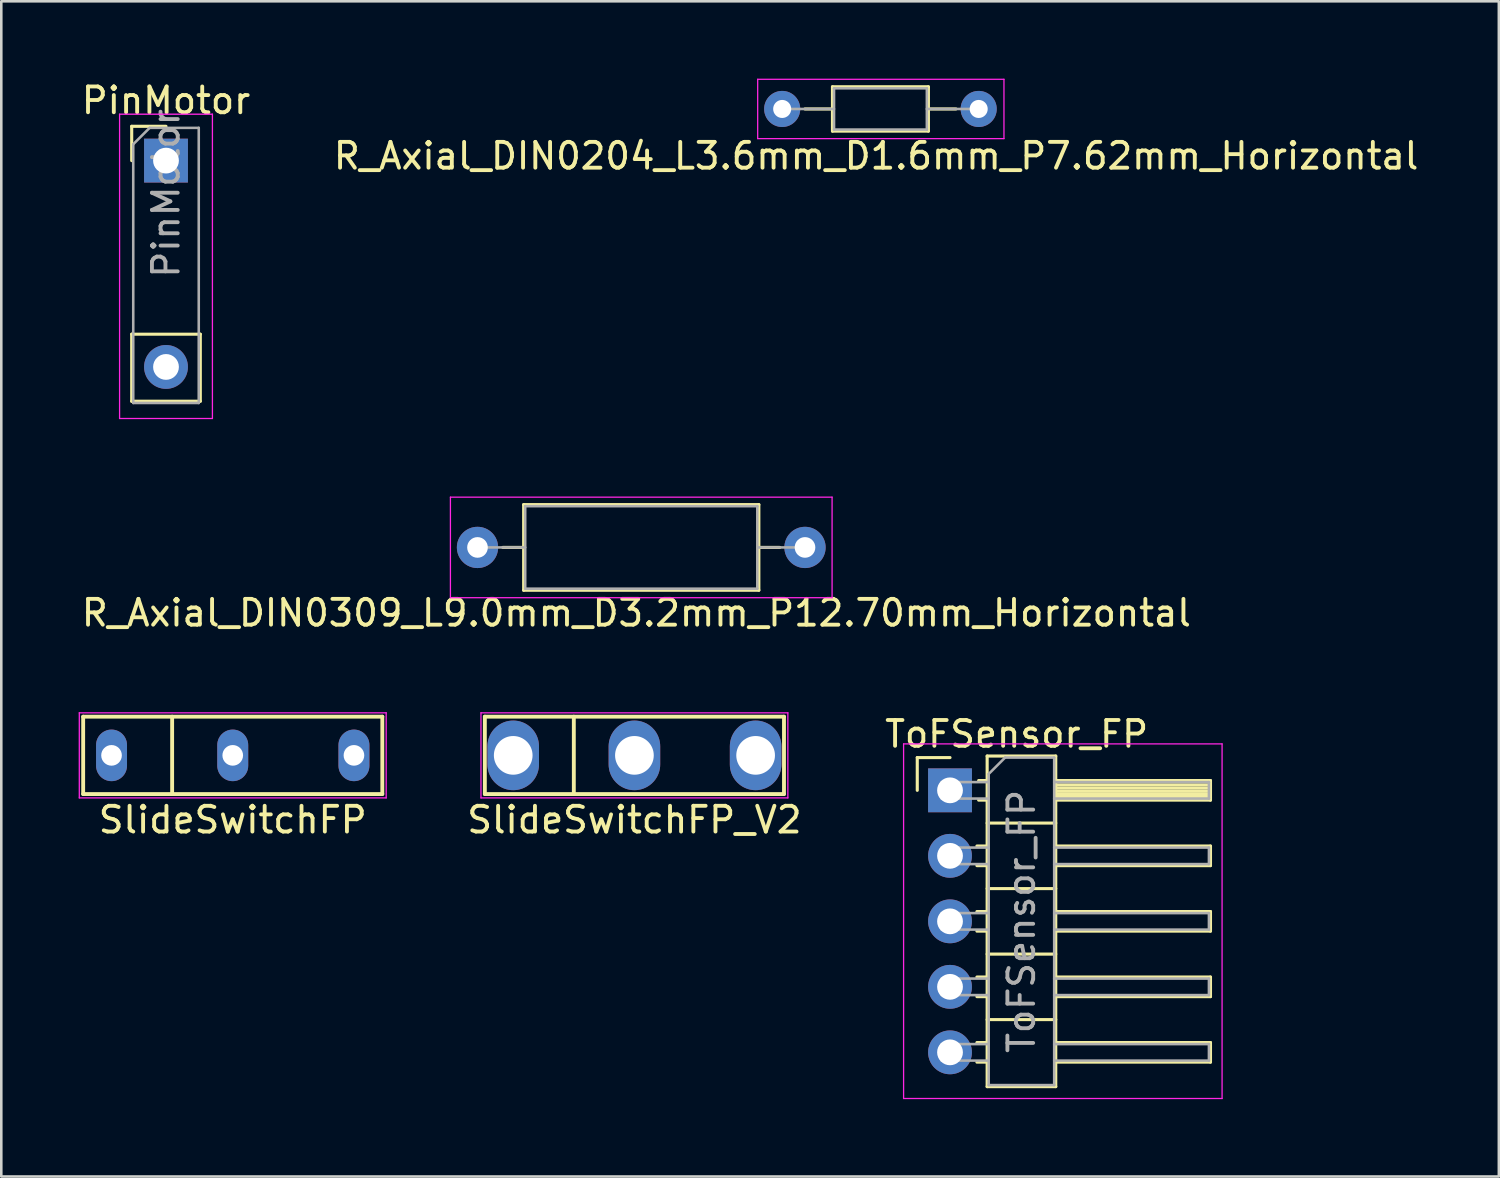
<source format=kicad_pcb>
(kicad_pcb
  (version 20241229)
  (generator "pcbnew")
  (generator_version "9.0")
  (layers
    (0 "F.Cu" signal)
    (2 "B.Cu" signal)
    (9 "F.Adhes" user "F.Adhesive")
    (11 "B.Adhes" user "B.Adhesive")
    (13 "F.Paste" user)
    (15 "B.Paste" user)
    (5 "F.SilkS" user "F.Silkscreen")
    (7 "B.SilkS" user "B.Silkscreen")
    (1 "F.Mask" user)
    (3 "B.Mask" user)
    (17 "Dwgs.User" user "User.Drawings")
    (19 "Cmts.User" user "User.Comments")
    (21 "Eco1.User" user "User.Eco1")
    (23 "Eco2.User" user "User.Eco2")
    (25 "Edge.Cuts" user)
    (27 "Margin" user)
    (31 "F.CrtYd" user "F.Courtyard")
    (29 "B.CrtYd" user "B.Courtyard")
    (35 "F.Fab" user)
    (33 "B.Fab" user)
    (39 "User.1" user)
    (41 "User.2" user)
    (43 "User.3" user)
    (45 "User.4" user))
  (footprint "SlideSwitchFP_V2"
    (layer "F.Cu")
    (at 21.551 26.241)
    (property "Reference" "SlideSwitchFP_V2" (at 0 2.5 0) (layer "F.SilkS") (effects (font (size 1 1) (thickness 0.15))))
    (attr through_hole)
    (fp_line (start -5.8 -1.5) (end 5.8 -1.5) (stroke (width 0.15) (type solid)) (layer "F.SilkS"))
    (fp_line (start -5.8 1.5) (end -5.8 -1.5) (stroke (width 0.15) (type solid)) (layer "F.SilkS"))
    (fp_line (start -2.35 -1.5) (end -2.35 1.5) (stroke (width 0.15) (type solid)) (layer "F.SilkS"))
    (fp_line (start 5.8 -1.5) (end 5.8 1.5) (stroke (width 0.15) (type solid)) (layer "F.SilkS"))
    (fp_line (start 5.8 1.5) (end -5.8 1.5) (stroke (width 0.15) (type solid)) (layer "F.SilkS"))
    (fp_line (start -5.95 -1.65) (end 5.95 -1.65) (stroke (width 0.05) (type solid)) (layer "F.CrtYd"))
    (fp_line (start -5.95 1.65) (end -5.95 -1.65) (stroke (width 0.05) (type solid)) (layer "F.CrtYd"))
    (fp_line (start 5.95 -1.65) (end 5.95 1.65) (stroke (width 0.05) (type solid)) (layer "F.CrtYd"))
    (fp_line (start 5.95 1.65) (end -5.95 1.65) (stroke (width 0.05) (type solid)) (layer "F.CrtYd"))
    (pad "1" thru_hole oval (at -4.7 0) (size 2 2.7) (drill 1.5) (layers "*.Cu" "*.Mask"))
    (pad "2" thru_hole oval (at 0 0) (size 2 2.7) (drill 1.5) (layers "*.Cu" "*.Mask"))
    (pad "3" thru_hole oval (at 4.7 0) (size 2 2.7) (drill 1.5) (layers "*.Cu" "*.Mask")))
  (footprint "ToFSensor_FP"
    (layer "F.Cu")
    (at 33.789 27.597)
    (property "Reference" "ToFSensor_FP" (at 2.584 -2.182 0) (layer "F.SilkS") (effects (font (size 1 1) (thickness 0.15))))
    (attr through_hole)
    (fp_line (start -1.27 -1.27) (end 0 -1.27) (stroke (width 0.12) (type solid)) (layer "F.SilkS"))
    (fp_line (start -1.27 0) (end -1.27 -1.27) (stroke (width 0.12) (type solid)) (layer "F.SilkS"))
    (fp_line (start 1.043 2.16) (end 1.44 2.16) (stroke (width 0.12) (type solid)) (layer "F.SilkS"))
    (fp_line (start 1.043 2.92) (end 1.44 2.92) (stroke (width 0.12) (type solid)) (layer "F.SilkS"))
    (fp_line (start 1.043 4.7) (end 1.44 4.7) (stroke (width 0.12) (type solid)) (layer "F.SilkS"))
    (fp_line (start 1.043 5.46) (end 1.44 5.46) (stroke (width 0.12) (type solid)) (layer "F.SilkS"))
    (fp_line (start 1.043 7.24) (end 1.44 7.24) (stroke (width 0.12) (type solid)) (layer "F.SilkS"))
    (fp_line (start 1.043 8) (end 1.44 8) (stroke (width 0.12) (type solid)) (layer "F.SilkS"))
    (fp_line (start 1.043 9.78) (end 1.44 9.78) (stroke (width 0.12) (type solid)) (layer "F.SilkS"))
    (fp_line (start 1.043 10.54) (end 1.44 10.54) (stroke (width 0.12) (type solid)) (layer "F.SilkS"))
    (fp_line (start 1.11 -0.38) (end 1.44 -0.38) (stroke (width 0.12) (type solid)) (layer "F.SilkS"))
    (fp_line (start 1.11 0.38) (end 1.44 0.38) (stroke (width 0.12) (type solid)) (layer "F.SilkS"))
    (fp_line (start 1.44 -1.33) (end 1.44 11.49) (stroke (width 0.12) (type solid)) (layer "F.SilkS"))
    (fp_line (start 1.44 1.27) (end 4.1 1.27) (stroke (width 0.12) (type solid)) (layer "F.SilkS"))
    (fp_line (start 1.44 3.81) (end 4.1 3.81) (stroke (width 0.12) (type solid)) (layer "F.SilkS"))
    (fp_line (start 1.44 8.89) (end 4.1 8.89) (stroke (width 0.12) (type solid)) (layer "F.SilkS"))
    (fp_line (start 1.44 11.49) (end 4.1 11.49) (stroke (width 0.12) (type solid)) (layer "F.SilkS"))
    (fp_line (start 1.44 6.35) (end 4.1 6.35) (stroke (width 0.12) (type solid)) (layer "F.SilkS"))
    (fp_line (start 4.1 -1.33) (end 1.44 -1.33) (stroke (width 0.12) (type solid)) (layer "F.SilkS"))
    (fp_line (start 4.1 -0.38) (end 10.1 -0.38) (stroke (width 0.12) (type solid)) (layer "F.SilkS"))
    (fp_line (start 4.1 -0.32) (end 10.1 -0.32) (stroke (width 0.12) (type solid)) (layer "F.SilkS"))
    (fp_line (start 4.1 -0.2) (end 10.1 -0.2) (stroke (width 0.12) (type solid)) (layer "F.SilkS"))
    (fp_line (start 4.1 -0.08) (end 10.1 -0.08) (stroke (width 0.12) (type solid)) (layer "F.SilkS"))
    (fp_line (start 4.1 0.04) (end 10.1 0.04) (stroke (width 0.12) (type solid)) (layer "F.SilkS"))
    (fp_line (start 4.1 0.16) (end 10.1 0.16) (stroke (width 0.12) (type solid)) (layer "F.SilkS"))
    (fp_line (start 4.1 0.28) (end 10.1 0.28) (stroke (width 0.12) (type solid)) (layer "F.SilkS"))
    (fp_line (start 4.1 2.16) (end 10.1 2.16) (stroke (width 0.12) (type solid)) (layer "F.SilkS"))
    (fp_line (start 4.1 4.7) (end 10.1 4.7) (stroke (width 0.12) (type solid)) (layer "F.SilkS"))
    (fp_line (start 4.1 7.24) (end 10.1 7.24) (stroke (width 0.12) (type solid)) (layer "F.SilkS"))
    (fp_line (start 4.1 9.78) (end 10.1 9.78) (stroke (width 0.12) (type solid)) (layer "F.SilkS"))
    (fp_line (start 4.1 11.49) (end 4.1 -1.33) (stroke (width 0.12) (type solid)) (layer "F.SilkS"))
    (fp_line (start 10.1 0.38) (end 4.1 0.38) (stroke (width 0.12) (type solid)) (layer "F.SilkS"))
    (fp_line (start 10.1 2.16) (end 10.1 2.92) (stroke (width 0.12) (type solid)) (layer "F.SilkS"))
    (fp_line (start 10.1 2.92) (end 4.1 2.92) (stroke (width 0.12) (type solid)) (layer "F.SilkS"))
    (fp_line (start 10.1 5.46) (end 4.1 5.46) (stroke (width 0.12) (type solid)) (layer "F.SilkS"))
    (fp_line (start 10.1 7.24) (end 10.1 8) (stroke (width 0.12) (type solid)) (layer "F.SilkS"))
    (fp_line (start 10.1 8) (end 4.1 8) (stroke (width 0.12) (type solid)) (layer "F.SilkS"))
    (fp_line (start 10.1 10.54) (end 4.1 10.54) (stroke (width 0.12) (type solid)) (layer "F.SilkS"))
    (fp_line (start 10.1 -0.38) (end 10.1 0.38) (stroke (width 0.12) (type solid)) (layer "F.SilkS"))
    (fp_line (start 10.1 4.7) (end 10.1 5.46) (stroke (width 0.12) (type solid)) (layer "F.SilkS"))
    (fp_line (start 10.1 9.78) (end 10.1 10.54) (stroke (width 0.12) (type solid)) (layer "F.SilkS"))
    (fp_line (start -1.8 -1.8) (end -1.8 11.95) (stroke (width 0.05) (type solid)) (layer "F.CrtYd"))
    (fp_line (start -1.8 11.95) (end 10.55 11.95) (stroke (width 0.05) (type solid)) (layer "F.CrtYd"))
    (fp_line (start 10.55 -1.8) (end -1.8 -1.8) (stroke (width 0.05) (type solid)) (layer "F.CrtYd"))
    (fp_line (start 10.55 11.95) (end 10.55 -1.8) (stroke (width 0.05) (type solid)) (layer "F.CrtYd"))
    (fp_line (start -0.32 -0.32) (end -0.32 0.32) (stroke (width 0.1) (type solid)) (layer "F.Fab"))
    (fp_line (start -0.32 -0.32) (end 1.5 -0.32) (stroke (width 0.1) (type solid)) (layer "F.Fab"))
    (fp_line (start -0.32 0.32) (end 1.5 0.32) (stroke (width 0.1) (type solid)) (layer "F.Fab"))
    (fp_line (start -0.32 2.22) (end -0.32 2.86) (stroke (width 0.1) (type solid)) (layer "F.Fab"))
    (fp_line (start -0.32 2.22) (end 1.5 2.22) (stroke (width 0.1) (type solid)) (layer "F.Fab"))
    (fp_line (start -0.32 2.86) (end 1.5 2.86) (stroke (width 0.1) (type solid)) (layer "F.Fab"))
    (fp_line (start -0.32 4.76) (end -0.32 5.4) (stroke (width 0.1) (type solid)) (layer "F.Fab"))
    (fp_line (start -0.32 4.76) (end 1.5 4.76) (stroke (width 0.1) (type solid)) (layer "F.Fab"))
    (fp_line (start -0.32 5.4) (end 1.5 5.4) (stroke (width 0.1) (type solid)) (layer "F.Fab"))
    (fp_line (start -0.32 7.3) (end -0.32 7.94) (stroke (width 0.1) (type solid)) (layer "F.Fab"))
    (fp_line (start -0.32 7.3) (end 1.5 7.3) (stroke (width 0.1) (type solid)) (layer "F.Fab"))
    (fp_line (start -0.32 7.94) (end 1.5 7.94) (stroke (width 0.1) (type solid)) (layer "F.Fab"))
    (fp_line (start -0.32 9.84) (end -0.32 10.48) (stroke (width 0.1) (type solid)) (layer "F.Fab"))
    (fp_line (start -0.32 9.84) (end 1.5 9.84) (stroke (width 0.1) (type solid)) (layer "F.Fab"))
    (fp_line (start -0.32 10.48) (end 1.5 10.48) (stroke (width 0.1) (type solid)) (layer "F.Fab"))
    (fp_line (start 1.5 -0.635) (end 2.135 -1.27) (stroke (width 0.1) (type solid)) (layer "F.Fab"))
    (fp_line (start 1.5 11.43) (end 1.5 -0.635) (stroke (width 0.1) (type solid)) (layer "F.Fab"))
    (fp_line (start 2.135 -1.27) (end 4.04 -1.27) (stroke (width 0.1) (type solid)) (layer "F.Fab"))
    (fp_line (start 4.04 -1.27) (end 4.04 11.43) (stroke (width 0.1) (type solid)) (layer "F.Fab"))
    (fp_line (start 4.04 -0.32) (end 10.04 -0.32) (stroke (width 0.1) (type solid)) (layer "F.Fab"))
    (fp_line (start 4.04 0.32) (end 10.04 0.32) (stroke (width 0.1) (type solid)) (layer "F.Fab"))
    (fp_line (start 4.04 2.86) (end 10.04 2.86) (stroke (width 0.1) (type solid)) (layer "F.Fab"))
    (fp_line (start 4.04 4.76) (end 10.04 4.76) (stroke (width 0.1) (type solid)) (layer "F.Fab"))
    (fp_line (start 4.04 5.4) (end 10.04 5.4) (stroke (width 0.1) (type solid)) (layer "F.Fab"))
    (fp_line (start 4.04 7.94) (end 10.04 7.94) (stroke (width 0.1) (type solid)) (layer "F.Fab"))
    (fp_line (start 4.04 9.84) (end 10.04 9.84) (stroke (width 0.1) (type solid)) (layer "F.Fab"))
    (fp_line (start 4.04 10.48) (end 10.04 10.48) (stroke (width 0.1) (type solid)) (layer "F.Fab"))
    (fp_line (start 4.04 2.22) (end 10.04 2.22) (stroke (width 0.1) (type solid)) (layer "F.Fab"))
    (fp_line (start 4.04 7.3) (end 10.04 7.3) (stroke (width 0.1) (type solid)) (layer "F.Fab"))
    (fp_line (start 4.04 11.43) (end 1.5 11.43) (stroke (width 0.1) (type solid)) (layer "F.Fab"))
    (fp_line (start 10.04 -0.32) (end 10.04 0.32) (stroke (width 0.1) (type solid)) (layer "F.Fab"))
    (fp_line (start 10.04 2.22) (end 10.04 2.86) (stroke (width 0.1) (type solid)) (layer "F.Fab"))
    (fp_line (start 10.04 4.76) (end 10.04 5.4) (stroke (width 0.1) (type solid)) (layer "F.Fab"))
    (fp_line (start 10.04 7.3) (end 10.04 7.94) (stroke (width 0.1) (type solid)) (layer "F.Fab"))
    (fp_line (start 10.04 9.84) (end 10.04 10.48) (stroke (width 0.1) (type solid)) (layer "F.Fab"))
    (fp_text user "${REFERENCE}" (at 2.77 5.08 90) (layer "F.Fab") (effects (font (size 1 1) (thickness 0.15))))
    (pad "1" thru_hole rect (at 0 0) (size 1.7 1.7) (drill 1) (layers "*.Cu" "*.Mask"))
    (pad "2" thru_hole oval (at 0 2.54) (size 1.7 1.7) (drill 1) (layers "*.Cu" "*.Mask"))
    (pad "3" thru_hole oval (at 0 5.08) (size 1.7 1.7) (drill 1) (layers "*.Cu" "*.Mask"))
    (pad "4" thru_hole oval (at 0 7.62) (size 1.7 1.7) (drill 1) (layers "*.Cu" "*.Mask"))
    (pad "5" thru_hole oval (at 0 10.16) (size 1.7 1.7) (drill 1) (layers "*.Cu" "*.Mask")))
  (footprint "R_Axial_DIN0204_L3.6mm_D1.6mm_P7.62mm_Horizontal"
    (layer "F.Cu")
    (at 27.281 1.175)
    (property "Reference" "R_Axial_DIN0204_L3.6mm_D1.6mm_P7.62mm_Horizontal" (at 3.642 1.822 180) (layer "F.SilkS") (effects (font (size 1 1) (thickness 0.15))))
    (attr through_hole)
    (fp_line (start 0.88 0) (end 1.95 0) (stroke (width 0.12) (type solid)) (layer "F.SilkS"))
    (fp_line (start 1.95 -0.86) (end 1.95 0.86) (stroke (width 0.12) (type solid)) (layer "F.SilkS"))
    (fp_line (start 1.95 0.86) (end 5.67 0.86) (stroke (width 0.12) (type solid)) (layer "F.SilkS"))
    (fp_line (start 5.67 -0.86) (end 1.95 -0.86) (stroke (width 0.12) (type solid)) (layer "F.SilkS"))
    (fp_line (start 5.67 0.86) (end 5.67 -0.86) (stroke (width 0.12) (type solid)) (layer "F.SilkS"))
    (fp_line (start 6.74 0) (end 5.67 0) (stroke (width 0.12) (type solid)) (layer "F.SilkS"))
    (fp_line (start -0.95 -1.15) (end -0.95 1.15) (stroke (width 0.05) (type solid)) (layer "F.CrtYd"))
    (fp_line (start -0.95 1.15) (end 8.6 1.15) (stroke (width 0.05) (type solid)) (layer "F.CrtYd"))
    (fp_line (start 8.6 -1.15) (end -0.95 -1.15) (stroke (width 0.05) (type solid)) (layer "F.CrtYd"))
    (fp_line (start 8.6 1.15) (end 8.6 -1.15) (stroke (width 0.05) (type solid)) (layer "F.CrtYd"))
    (fp_line (start 0 0) (end 2.01 0) (stroke (width 0.1) (type solid)) (layer "F.Fab"))
    (fp_line (start 2.01 -0.8) (end 2.01 0.8) (stroke (width 0.1) (type solid)) (layer "F.Fab"))
    (fp_line (start 2.01 0.8) (end 5.61 0.8) (stroke (width 0.1) (type solid)) (layer "F.Fab"))
    (fp_line (start 5.61 0.8) (end 5.61 -0.8) (stroke (width 0.1) (type solid)) (layer "F.Fab"))
    (fp_line (start 5.61 -0.8) (end 2.01 -0.8) (stroke (width 0.1) (type solid)) (layer "F.Fab"))
    (fp_line (start 7.62 0) (end 5.61 0) (stroke (width 0.1) (type solid)) (layer "F.Fab"))
    (pad "1" thru_hole circle (at 0 0) (size 1.4 1.4) (drill 0.7) (layers "*.Cu" "*.Mask"))
    (pad "2" thru_hole oval (at 7.62 0) (size 1.4 1.4) (drill 0.7) (layers "*.Cu" "*.Mask")))
  (footprint "PinMotor"
    (layer "F.Cu")
    (at 3.387 3.178)
    (property "Reference" "PinMotor" (at 0 -2.33 0) (layer "F.SilkS") (effects (font (size 1 1) (thickness 0.15))))
    (attr through_hole)
    (fp_line (start -1.33 -1.33) (end 0 -1.33) (stroke (width 0.12) (type solid)) (layer "F.SilkS"))
    (fp_line (start -1.33 0) (end -1.33 -1.33) (stroke (width 0.12) (type solid)) (layer "F.SilkS"))
    (fp_line (start -1.33 6.731) (end -1.33 9.331) (stroke (width 0.12) (type solid)) (layer "F.SilkS"))
    (fp_line (start -1.33 6.731) (end 1.33 6.731) (stroke (width 0.12) (type solid)) (layer "F.SilkS"))
    (fp_line (start -1.33 9.331) (end 1.33 9.331) (stroke (width 0.12) (type solid)) (layer "F.SilkS"))
    (fp_line (start 1.33 6.731) (end 1.33 9.331) (stroke (width 0.12) (type solid)) (layer "F.SilkS"))
    (fp_line (start -1.8 -1.8) (end -1.8 10) (stroke (width 0.05) (type solid)) (layer "F.CrtYd"))
    (fp_line (start -1.8 10) (end 1.8 10) (stroke (width 0.05) (type solid)) (layer "F.CrtYd"))
    (fp_line (start 1.8 -1.8) (end -1.8 -1.8) (stroke (width 0.05) (type solid)) (layer "F.CrtYd"))
    (fp_line (start 1.8 10) (end 1.8 -1.8) (stroke (width 0.05) (type solid)) (layer "F.CrtYd"))
    (fp_line (start -1.27 -0.635) (end -0.635 -1.27) (stroke (width 0.1) (type solid)) (layer "F.Fab"))
    (fp_line (start -1.27 9.398) (end -1.27 -0.635) (stroke (width 0.1) (type solid)) (layer "F.Fab"))
    (fp_line (start -0.635 -1.27) (end 1.27 -1.27) (stroke (width 0.1) (type solid)) (layer "F.Fab"))
    (fp_line (start 1.27 -1.27) (end 1.27 9.398) (stroke (width 0.1) (type solid)) (layer "F.Fab"))
    (fp_line (start 1.27 9.398) (end -1.27 9.398) (stroke (width 0.1) (type solid)) (layer "F.Fab"))
    (fp_text user "${REFERENCE}" (at 0 1.27 90) (layer "F.Fab") (effects (font (size 1 1) (thickness 0.15))))
    (pad "1" thru_hole rect (at 0 0) (size 1.7 1.7) (drill 1) (layers "*.Cu" "*.Mask"))
    (pad "2" thru_hole oval (at 0 8.001) (size 1.7 1.7) (drill 1) (layers "*.Cu" "*.Mask")))
  (footprint "R_Axial_DIN0309_L9.0mm_D3.2mm_P12.70mm_Horizontal"
    (layer "F.Cu")
    (at 15.466 18.178)
    (property "Reference" "R_Axial_DIN0309_L9.0mm_D3.2mm_P12.70mm_Horizontal" (at 6.16 2.54 0) (layer "F.SilkS") (effects (font (size 1 1) (thickness 0.15))))
    (attr through_hole)
    (fp_line (start 0.98 0) (end 1.79 0) (stroke (width 0.12) (type solid)) (layer "F.SilkS"))
    (fp_line (start 1.79 -1.66) (end 1.79 1.66) (stroke (width 0.12) (type solid)) (layer "F.SilkS"))
    (fp_line (start 1.79 1.66) (end 10.91 1.66) (stroke (width 0.12) (type solid)) (layer "F.SilkS"))
    (fp_line (start 10.91 -1.66) (end 1.79 -1.66) (stroke (width 0.12) (type solid)) (layer "F.SilkS"))
    (fp_line (start 10.91 1.66) (end 10.91 -1.66) (stroke (width 0.12) (type solid)) (layer "F.SilkS"))
    (fp_line (start 11.72 0) (end 10.91 0) (stroke (width 0.12) (type solid)) (layer "F.SilkS"))
    (fp_line (start -1.05 -1.95) (end -1.05 1.95) (stroke (width 0.05) (type solid)) (layer "F.CrtYd"))
    (fp_line (start -1.05 1.95) (end 13.75 1.95) (stroke (width 0.05) (type solid)) (layer "F.CrtYd"))
    (fp_line (start 13.75 -1.95) (end -1.05 -1.95) (stroke (width 0.05) (type solid)) (layer "F.CrtYd"))
    (fp_line (start 13.75 1.95) (end 13.75 -1.95) (stroke (width 0.05) (type solid)) (layer "F.CrtYd"))
    (fp_line (start 0 0) (end 1.85 0) (stroke (width 0.1) (type solid)) (layer "F.Fab"))
    (fp_line (start 1.85 -1.6) (end 1.85 1.6) (stroke (width 0.1) (type solid)) (layer "F.Fab"))
    (fp_line (start 1.85 1.6) (end 10.85 1.6) (stroke (width 0.1) (type solid)) (layer "F.Fab"))
    (fp_line (start 10.85 -1.6) (end 1.85 -1.6) (stroke (width 0.1) (type solid)) (layer "F.Fab"))
    (fp_line (start 10.85 1.6) (end 10.85 -1.6) (stroke (width 0.1) (type solid)) (layer "F.Fab"))
    (fp_line (start 12.7 0) (end 10.85 0) (stroke (width 0.1) (type solid)) (layer "F.Fab"))
    (pad "1" thru_hole circle (at 0 0) (size 1.6 1.6) (drill 0.8) (layers "*.Cu" "*.Mask"))
    (pad "2" thru_hole oval (at 12.7 0) (size 1.6 1.6) (drill 0.8) (layers "*.Cu" "*.Mask")))
  (footprint "SlideSwitchFP"
    (layer "F.Cu")
    (at 5.975 26.241)
    (property "Reference" "SlideSwitchFP" (at 0 2.5 0) (layer "F.SilkS") (effects (font (size 1 1) (thickness 0.15))))
    (attr through_hole)
    (fp_line (start -5.8 -1.5) (end 5.8 -1.5) (stroke (width 0.15) (type solid)) (layer "F.SilkS"))
    (fp_line (start -5.8 1.5) (end -5.8 -1.5) (stroke (width 0.15) (type solid)) (layer "F.SilkS"))
    (fp_line (start -2.35 -1.5) (end -2.35 1.5) (stroke (width 0.15) (type solid)) (layer "F.SilkS"))
    (fp_line (start 5.8 -1.5) (end 5.8 1.5) (stroke (width 0.15) (type solid)) (layer "F.SilkS"))
    (fp_line (start 5.8 1.5) (end -5.8 1.5) (stroke (width 0.15) (type solid)) (layer "F.SilkS"))
    (fp_line (start -5.95 -1.65) (end 5.95 -1.65) (stroke (width 0.05) (type solid)) (layer "F.CrtYd"))
    (fp_line (start -5.95 1.65) (end -5.95 -1.65) (stroke (width 0.05) (type solid)) (layer "F.CrtYd"))
    (fp_line (start 5.95 -1.65) (end 5.95 1.65) (stroke (width 0.05) (type solid)) (layer "F.CrtYd"))
    (fp_line (start 5.95 1.65) (end -5.95 1.65) (stroke (width 0.05) (type solid)) (layer "F.CrtYd"))
    (pad "1" thru_hole oval (at -4.7 0) (size 1.2 2) (drill 0.8) (layers "*.Cu" "*.Mask"))
    (pad "2" thru_hole oval (at 0 0) (size 1.2 2) (drill 0.8) (layers "*.Cu" "*.Mask"))
    (pad "3" thru_hole oval (at 4.7 0) (size 1.2 2) (drill 0.8) (layers "*.Cu" "*.Mask")))
  (gr_rect
    (start -3 -3)
    (end 55.071 42.572)
    (stroke (width 0.1) (type default))
    (fill no)
    (layer "Edge.Cuts")))
</source>
